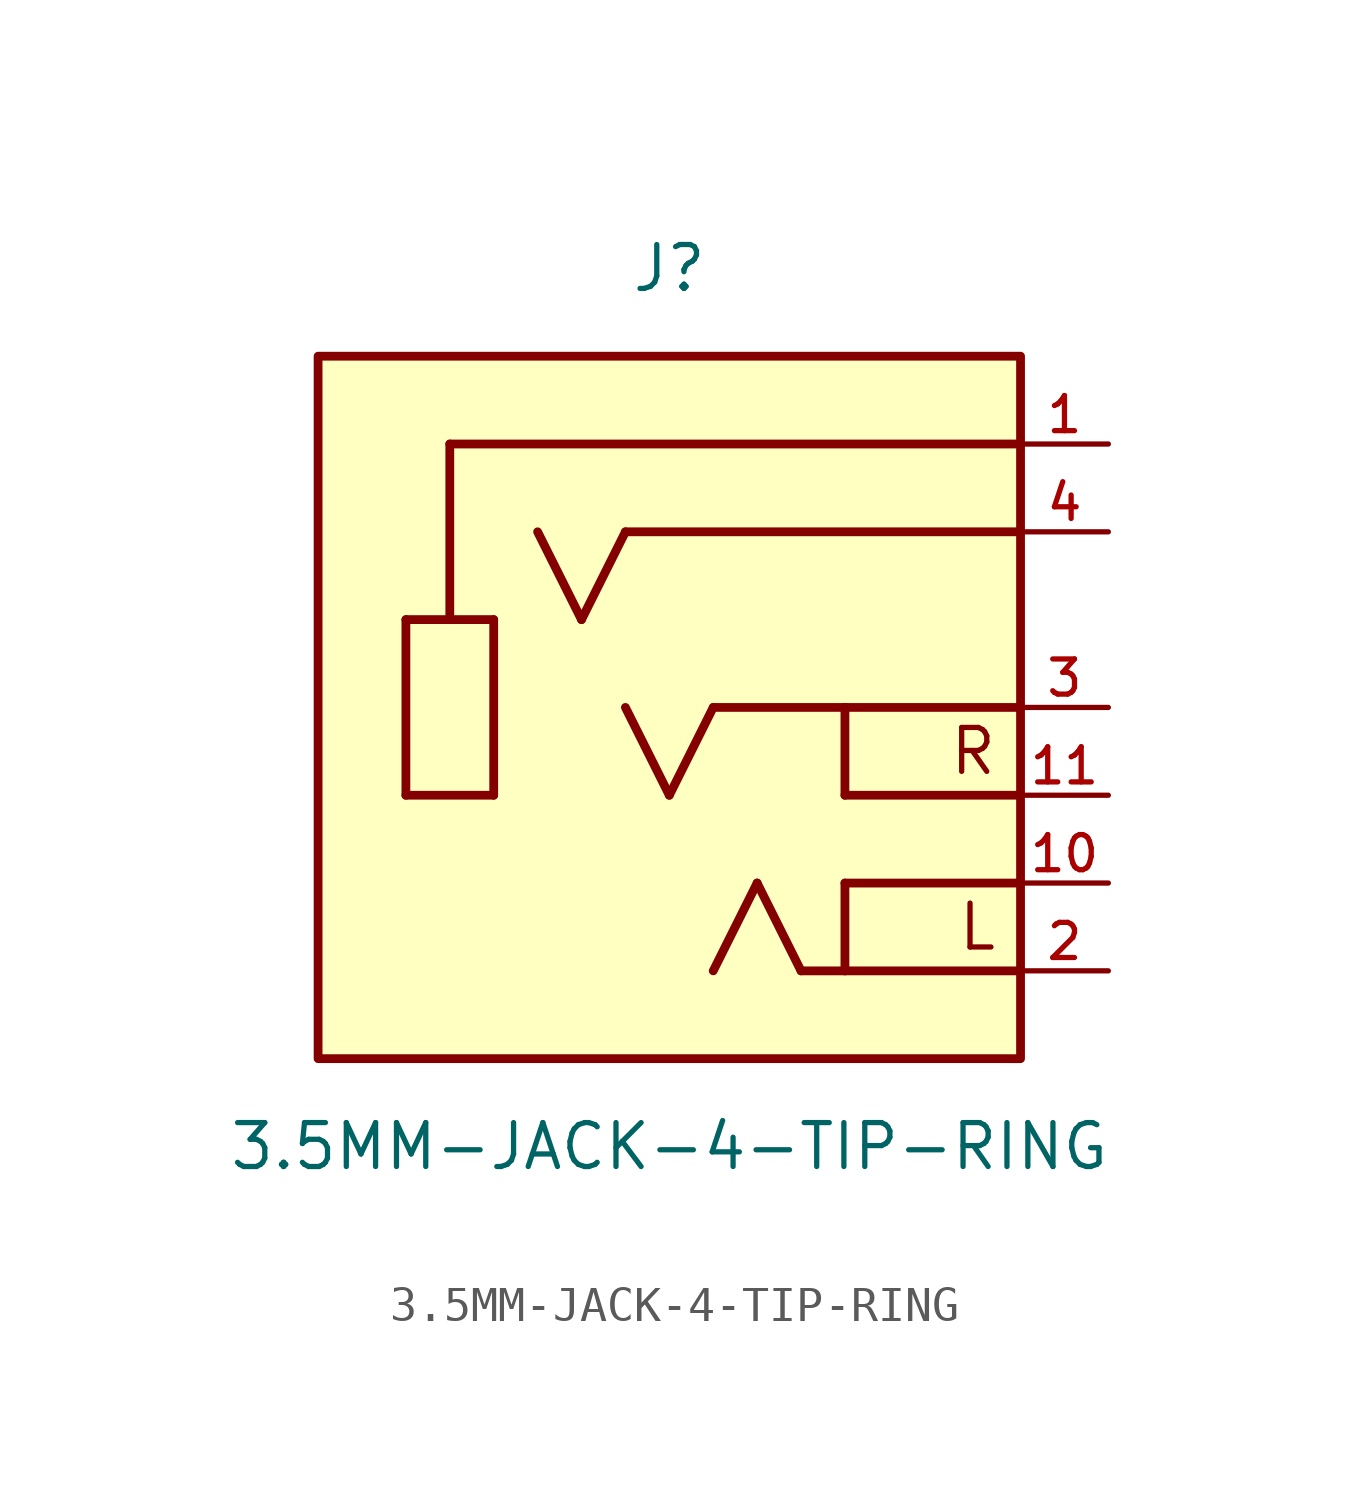
<source format=kicad_sym>
(kicad_symbol_lib
  (version 20211014)
  (generator kicad_symbol_editor)
  (symbol "3.5MM-JACK-4-TIP-RING"
    (pin_names
      (offset 1.016))
    (property "Reference" "J"
      (at 0.0 12.7 0)
      (effects (font (size 1.27 1.27))))
    (property "Value" "3.5MM-JACK-4-TIP-RING"
      (at 0.0 -12.7 0)
      (effects (font (size 1.27 1.27))))
    (symbol "3.5MM-JACK-4-TIP-RING_0_0"
      (polyline (pts (xy 10.16 -7.62) (xy 5.08 -7.62)) (stroke (width 0.254)))
      (polyline (pts (xy 5.08 -7.62) (xy 3.81 -7.62)) (stroke (width 0.254)))
      (polyline (pts (xy 3.81 -7.62) (xy 2.54 -5.08)) (stroke (width 0.254)))
      (polyline (pts (xy 2.54 -5.08) (xy 1.27 -7.62)) (stroke (width 0.254)))
      (polyline (pts (xy 10.16 0.0) (xy 5.08 0.0)) (stroke (width 0.254)))
      (polyline (pts (xy 5.08 0.0) (xy 1.27 0.0)) (stroke (width 0.254)))
      (polyline (pts (xy 1.27 0.0) (xy 0.0 -2.54)) (stroke (width 0.254)))
      (polyline (pts (xy 0.0 -2.54) (xy -1.27 0.0)) (stroke (width 0.254)))
      (polyline (pts (xy 10.16 5.08) (xy -1.27 5.08)) (stroke (width 0.254)))
      (polyline (pts (xy -1.27 5.08) (xy -2.54 2.54)) (stroke (width 0.254)))
      (polyline (pts (xy -2.54 2.54) (xy -3.81 5.08)) (stroke (width 0.254)))
      (polyline (pts (xy 10.16 -5.08) (xy 5.08 -5.08)) (stroke (width 0.254)))
      (polyline (pts (xy 5.08 -5.08) (xy 5.08 -7.62)) (stroke (width 0.254)))
      (polyline (pts (xy 10.16 7.62) (xy -6.35 7.62)) (stroke (width 0.254)))
      (polyline (pts (xy -6.35 7.62) (xy -6.35 2.54)) (stroke (width 0.254)))
      (polyline (pts (xy -6.35 2.54) (xy -7.62 2.54)) (stroke (width 0.254)))
      (polyline (pts (xy -7.62 2.54) (xy -7.62 -2.54)) (stroke (width 0.254)))
      (polyline (pts (xy -7.62 -2.54) (xy -5.08 -2.54)) (stroke (width 0.254)))
      (polyline (pts (xy -5.08 -2.54) (xy -5.08 2.54)) (stroke (width 0.254)))
      (polyline (pts (xy -5.08 2.54) (xy -6.35 2.54)) (stroke (width 0.254)))
      (polyline (pts (xy 10.16 -2.54) (xy 5.08 -2.54)) (stroke (width 0.254)))
      (polyline (pts (xy 5.08 -2.54) (xy 5.08 0.0)) (stroke (width 0.254)))
      (text "R" (at 9.525 -1.27 0) (effects (font (size 1.27 1.27)) (justify right)))
      (text "L" (at 9.525 -6.35 0) (effects (font (size 1.27 1.27)) (justify right)))
      (rectangle (start -10.16 -10.16) (end 10.16 10.16) (stroke (width 0.254)) (fill (type background)))
      (pin power_in line (at 12.7 7.62 180.0) (length 2.54) (name "~" (effects (font (size 1.016 1.016)))) (number "1" (effects (font (size 1.016 1.016)))))
      (pin bidirectional line (at 12.7 5.08 180.0) (length 2.54) (name "~" (effects (font (size 1.016 1.016)))) (number "4" (effects (font (size 1.016 1.016)))))
      (pin bidirectional line (at 12.7 0.0 180.0) (length 2.54) (name "~" (effects (font (size 1.016 1.016)))) (number "3" (effects (font (size 1.016 1.016)))))
      (pin bidirectional line (at 12.7 -7.62 180.0) (length 2.54) (name "~" (effects (font (size 1.016 1.016)))) (number "2" (effects (font (size 1.016 1.016)))))
      (pin output line (at 12.7 -5.08 180.0) (length 2.54) (name "~" (effects (font (size 1.016 1.016)))) (number "10" (effects (font (size 1.016 1.016)))))
      (pin output line (at 12.7 -2.54 180.0) (length 2.54) (name "~" (effects (font (size 1.016 1.016)))) (number "11" (effects (font (size 1.016 1.016))))))))
</source>
